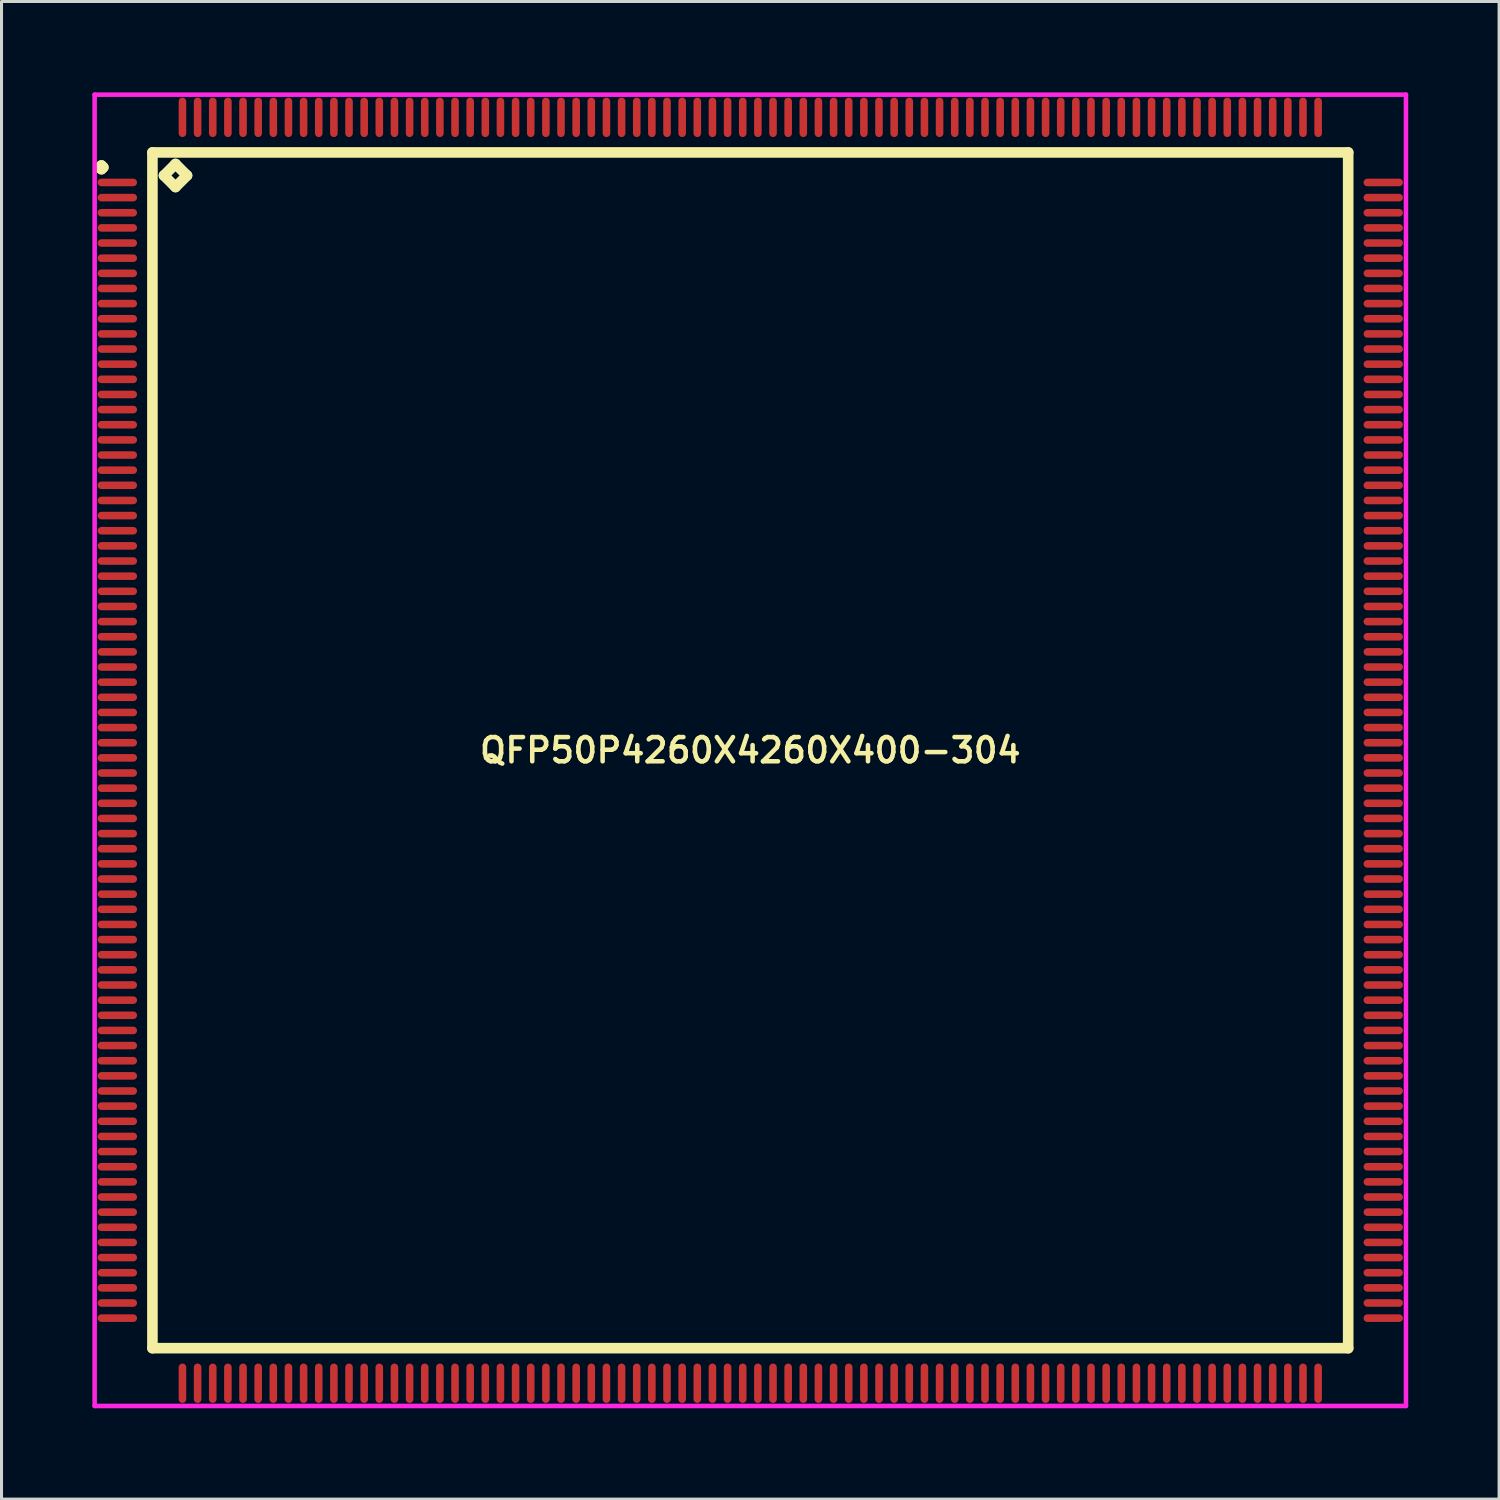
<source format=kicad_pcb>
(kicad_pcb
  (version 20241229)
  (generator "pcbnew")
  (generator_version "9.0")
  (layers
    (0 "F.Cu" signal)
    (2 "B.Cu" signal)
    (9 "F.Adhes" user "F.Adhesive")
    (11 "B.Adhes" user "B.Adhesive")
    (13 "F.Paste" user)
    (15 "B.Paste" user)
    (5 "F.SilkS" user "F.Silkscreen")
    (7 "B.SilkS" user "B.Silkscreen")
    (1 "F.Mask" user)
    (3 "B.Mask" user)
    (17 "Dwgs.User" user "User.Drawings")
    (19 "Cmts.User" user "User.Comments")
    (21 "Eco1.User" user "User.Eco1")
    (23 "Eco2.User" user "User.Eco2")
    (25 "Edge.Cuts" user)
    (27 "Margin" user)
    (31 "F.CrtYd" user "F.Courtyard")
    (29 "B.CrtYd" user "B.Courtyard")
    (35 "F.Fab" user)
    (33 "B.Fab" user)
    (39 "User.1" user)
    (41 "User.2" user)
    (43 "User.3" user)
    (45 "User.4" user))
  (footprint "QFP50P4260X4260X400-304"
    (layer "F.Cu")
    (at 21.725 21.725)
    (property "Reference" "QFP50P4260X4260X400-304" (at 0 0 0) (layer "F.SilkS") (effects (font (size 0.8 0.8) (thickness 0.15))))
    (attr smd)
    (fp_line (start -21.488 -19.25) (end -21.425 -19.312) (stroke (width 0.35) (type solid)) (layer "F.SilkS"))
    (fp_line (start -21.425 -19.312) (end -21.363 -19.25) (stroke (width 0.35) (type solid)) (layer "F.SilkS"))
    (fp_line (start -21.425 -19.188) (end -21.488 -19.25) (stroke (width 0.35) (type solid)) (layer "F.SilkS"))
    (fp_line (start -21.363 -19.25) (end -21.425 -19.188) (stroke (width 0.35) (type solid)) (layer "F.SilkS"))
    (fp_line (start -19.742 -19.742) (end -19.742 19.742) (stroke (width 0.35) (type solid)) (layer "F.SilkS"))
    (fp_line (start -19.742 19.742) (end 19.742 19.742) (stroke (width 0.35) (type solid)) (layer "F.SilkS"))
    (fp_line (start -19.361 -18.98) (end -18.98 -19.361) (stroke (width 0.35) (type solid)) (layer "F.SilkS"))
    (fp_line (start -18.98 -19.361) (end -18.599 -18.98) (stroke (width 0.35) (type solid)) (layer "F.SilkS"))
    (fp_line (start -18.98 -18.599) (end -19.361 -18.98) (stroke (width 0.35) (type solid)) (layer "F.SilkS"))
    (fp_line (start -18.599 -18.98) (end -18.98 -18.599) (stroke (width 0.35) (type solid)) (layer "F.SilkS"))
    (fp_line (start 19.742 -19.742) (end -19.742 -19.742) (stroke (width 0.35) (type solid)) (layer "F.SilkS"))
    (fp_line (start 19.742 19.742) (end 19.742 -19.742) (stroke (width 0.35) (type solid)) (layer "F.SilkS"))
    (fp_line (start -21.65 -21.65) (end 21.65 -21.65) (stroke (width 0.15) (type solid)) (layer "F.CrtYd"))
    (fp_line (start -21.65 21.65) (end -21.65 -21.65) (stroke (width 0.15) (type solid)) (layer "F.CrtYd"))
    (fp_line (start 21.65 -21.65) (end 21.65 21.65) (stroke (width 0.15) (type solid)) (layer "F.CrtYd"))
    (fp_line (start 21.65 21.65) (end -21.65 21.65) (stroke (width 0.15) (type solid)) (layer "F.CrtYd"))
    (pad "1" smd oval (at -20.9 -18.75) (size 1.3 0.25) (layers "F.Cu" "F.Mask" "F.Paste"))
    (pad "2" smd oval (at -20.9 -18.25) (size 1.3 0.25) (layers "F.Cu" "F.Mask" "F.Paste"))
    (pad "3" smd oval (at -20.9 -17.75) (size 1.3 0.25) (layers "F.Cu" "F.Mask" "F.Paste"))
    (pad "4" smd oval (at -20.9 -17.25) (size 1.3 0.25) (layers "F.Cu" "F.Mask" "F.Paste"))
    (pad "5" smd oval (at -20.9 -16.75) (size 1.3 0.25) (layers "F.Cu" "F.Mask" "F.Paste"))
    (pad "6" smd oval (at -20.9 -16.25) (size 1.3 0.25) (layers "F.Cu" "F.Mask" "F.Paste"))
    (pad "7" smd oval (at -20.9 -15.75) (size 1.3 0.25) (layers "F.Cu" "F.Mask" "F.Paste"))
    (pad "8" smd oval (at -20.9 -15.25) (size 1.3 0.25) (layers "F.Cu" "F.Mask" "F.Paste"))
    (pad "9" smd oval (at -20.9 -14.75) (size 1.3 0.25) (layers "F.Cu" "F.Mask" "F.Paste"))
    (pad "10" smd oval (at -20.9 -14.25) (size 1.3 0.25) (layers "F.Cu" "F.Mask" "F.Paste"))
    (pad "11" smd oval (at -20.9 -13.75) (size 1.3 0.25) (layers "F.Cu" "F.Mask" "F.Paste"))
    (pad "12" smd oval (at -20.9 -13.25) (size 1.3 0.25) (layers "F.Cu" "F.Mask" "F.Paste"))
    (pad "13" smd oval (at -20.9 -12.75) (size 1.3 0.25) (layers "F.Cu" "F.Mask" "F.Paste"))
    (pad "14" smd oval (at -20.9 -12.25) (size 1.3 0.25) (layers "F.Cu" "F.Mask" "F.Paste"))
    (pad "15" smd oval (at -20.9 -11.75) (size 1.3 0.25) (layers "F.Cu" "F.Mask" "F.Paste"))
    (pad "16" smd oval (at -20.9 -11.25) (size 1.3 0.25) (layers "F.Cu" "F.Mask" "F.Paste"))
    (pad "17" smd oval (at -20.9 -10.75) (size 1.3 0.25) (layers "F.Cu" "F.Mask" "F.Paste"))
    (pad "18" smd oval (at -20.9 -10.25) (size 1.3 0.25) (layers "F.Cu" "F.Mask" "F.Paste"))
    (pad "19" smd oval (at -20.9 -9.75) (size 1.3 0.25) (layers "F.Cu" "F.Mask" "F.Paste"))
    (pad "20" smd oval (at -20.9 -9.25) (size 1.3 0.25) (layers "F.Cu" "F.Mask" "F.Paste"))
    (pad "21" smd oval (at -20.9 -8.75) (size 1.3 0.25) (layers "F.Cu" "F.Mask" "F.Paste"))
    (pad "22" smd oval (at -20.9 -8.25) (size 1.3 0.25) (layers "F.Cu" "F.Mask" "F.Paste"))
    (pad "23" smd oval (at -20.9 -7.75) (size 1.3 0.25) (layers "F.Cu" "F.Mask" "F.Paste"))
    (pad "24" smd oval (at -20.9 -7.25) (size 1.3 0.25) (layers "F.Cu" "F.Mask" "F.Paste"))
    (pad "25" smd oval (at -20.9 -6.75) (size 1.3 0.25) (layers "F.Cu" "F.Mask" "F.Paste"))
    (pad "26" smd oval (at -20.9 -6.25) (size 1.3 0.25) (layers "F.Cu" "F.Mask" "F.Paste"))
    (pad "27" smd oval (at -20.9 -5.75) (size 1.3 0.25) (layers "F.Cu" "F.Mask" "F.Paste"))
    (pad "28" smd oval (at -20.9 -5.25) (size 1.3 0.25) (layers "F.Cu" "F.Mask" "F.Paste"))
    (pad "29" smd oval (at -20.9 -4.75) (size 1.3 0.25) (layers "F.Cu" "F.Mask" "F.Paste"))
    (pad "30" smd oval (at -20.9 -4.25) (size 1.3 0.25) (layers "F.Cu" "F.Mask" "F.Paste"))
    (pad "31" smd oval (at -20.9 -3.75) (size 1.3 0.25) (layers "F.Cu" "F.Mask" "F.Paste"))
    (pad "32" smd oval (at -20.9 -3.25) (size 1.3 0.25) (layers "F.Cu" "F.Mask" "F.Paste"))
    (pad "33" smd oval (at -20.9 -2.75) (size 1.3 0.25) (layers "F.Cu" "F.Mask" "F.Paste"))
    (pad "34" smd oval (at -20.9 -2.25) (size 1.3 0.25) (layers "F.Cu" "F.Mask" "F.Paste"))
    (pad "35" smd oval (at -20.9 -1.75) (size 1.3 0.25) (layers "F.Cu" "F.Mask" "F.Paste"))
    (pad "36" smd oval (at -20.9 -1.25) (size 1.3 0.25) (layers "F.Cu" "F.Mask" "F.Paste"))
    (pad "37" smd oval (at -20.9 -0.75) (size 1.3 0.25) (layers "F.Cu" "F.Mask" "F.Paste"))
    (pad "38" smd oval (at -20.9 -0.25) (size 1.3 0.25) (layers "F.Cu" "F.Mask" "F.Paste"))
    (pad "39" smd oval (at -20.9 0.25) (size 1.3 0.25) (layers "F.Cu" "F.Mask" "F.Paste"))
    (pad "40" smd oval (at -20.9 0.75) (size 1.3 0.25) (layers "F.Cu" "F.Mask" "F.Paste"))
    (pad "41" smd oval (at -20.9 1.25) (size 1.3 0.25) (layers "F.Cu" "F.Mask" "F.Paste"))
    (pad "42" smd oval (at -20.9 1.75) (size 1.3 0.25) (layers "F.Cu" "F.Mask" "F.Paste"))
    (pad "43" smd oval (at -20.9 2.25) (size 1.3 0.25) (layers "F.Cu" "F.Mask" "F.Paste"))
    (pad "44" smd oval (at -20.9 2.75) (size 1.3 0.25) (layers "F.Cu" "F.Mask" "F.Paste"))
    (pad "45" smd oval (at -20.9 3.25) (size 1.3 0.25) (layers "F.Cu" "F.Mask" "F.Paste"))
    (pad "46" smd oval (at -20.9 3.75) (size 1.3 0.25) (layers "F.Cu" "F.Mask" "F.Paste"))
    (pad "47" smd oval (at -20.9 4.25) (size 1.3 0.25) (layers "F.Cu" "F.Mask" "F.Paste"))
    (pad "48" smd oval (at -20.9 4.75) (size 1.3 0.25) (layers "F.Cu" "F.Mask" "F.Paste"))
    (pad "49" smd oval (at -20.9 5.25) (size 1.3 0.25) (layers "F.Cu" "F.Mask" "F.Paste"))
    (pad "50" smd oval (at -20.9 5.75) (size 1.3 0.25) (layers "F.Cu" "F.Mask" "F.Paste"))
    (pad "51" smd oval (at -20.9 6.25) (size 1.3 0.25) (layers "F.Cu" "F.Mask" "F.Paste"))
    (pad "52" smd oval (at -20.9 6.75) (size 1.3 0.25) (layers "F.Cu" "F.Mask" "F.Paste"))
    (pad "53" smd oval (at -20.9 7.25) (size 1.3 0.25) (layers "F.Cu" "F.Mask" "F.Paste"))
    (pad "54" smd oval (at -20.9 7.75) (size 1.3 0.25) (layers "F.Cu" "F.Mask" "F.Paste"))
    (pad "55" smd oval (at -20.9 8.25) (size 1.3 0.25) (layers "F.Cu" "F.Mask" "F.Paste"))
    (pad "56" smd oval (at -20.9 8.75) (size 1.3 0.25) (layers "F.Cu" "F.Mask" "F.Paste"))
    (pad "57" smd oval (at -20.9 9.25) (size 1.3 0.25) (layers "F.Cu" "F.Mask" "F.Paste"))
    (pad "58" smd oval (at -20.9 9.75) (size 1.3 0.25) (layers "F.Cu" "F.Mask" "F.Paste"))
    (pad "59" smd oval (at -20.9 10.25) (size 1.3 0.25) (layers "F.Cu" "F.Mask" "F.Paste"))
    (pad "60" smd oval (at -20.9 10.75) (size 1.3 0.25) (layers "F.Cu" "F.Mask" "F.Paste"))
    (pad "61" smd oval (at -20.9 11.25) (size 1.3 0.25) (layers "F.Cu" "F.Mask" "F.Paste"))
    (pad "62" smd oval (at -20.9 11.75) (size 1.3 0.25) (layers "F.Cu" "F.Mask" "F.Paste"))
    (pad "63" smd oval (at -20.9 12.25) (size 1.3 0.25) (layers "F.Cu" "F.Mask" "F.Paste"))
    (pad "64" smd oval (at -20.9 12.75) (size 1.3 0.25) (layers "F.Cu" "F.Mask" "F.Paste"))
    (pad "65" smd oval (at -20.9 13.25) (size 1.3 0.25) (layers "F.Cu" "F.Mask" "F.Paste"))
    (pad "66" smd oval (at -20.9 13.75) (size 1.3 0.25) (layers "F.Cu" "F.Mask" "F.Paste"))
    (pad "67" smd oval (at -20.9 14.25) (size 1.3 0.25) (layers "F.Cu" "F.Mask" "F.Paste"))
    (pad "68" smd oval (at -20.9 14.75) (size 1.3 0.25) (layers "F.Cu" "F.Mask" "F.Paste"))
    (pad "69" smd oval (at -20.9 15.25) (size 1.3 0.25) (layers "F.Cu" "F.Mask" "F.Paste"))
    (pad "70" smd oval (at -20.9 15.75) (size 1.3 0.25) (layers "F.Cu" "F.Mask" "F.Paste"))
    (pad "71" smd oval (at -20.9 16.25) (size 1.3 0.25) (layers "F.Cu" "F.Mask" "F.Paste"))
    (pad "72" smd oval (at -20.9 16.75) (size 1.3 0.25) (layers "F.Cu" "F.Mask" "F.Paste"))
    (pad "73" smd oval (at -20.9 17.25) (size 1.3 0.25) (layers "F.Cu" "F.Mask" "F.Paste"))
    (pad "74" smd oval (at -20.9 17.75) (size 1.3 0.25) (layers "F.Cu" "F.Mask" "F.Paste"))
    (pad "75" smd oval (at -20.9 18.25) (size 1.3 0.25) (layers "F.Cu" "F.Mask" "F.Paste"))
    (pad "76" smd oval (at -20.9 18.75) (size 1.3 0.25) (layers "F.Cu" "F.Mask" "F.Paste"))
    (pad "77" smd oval (at -18.75 20.9) (size 0.25 1.3) (layers "F.Cu" "F.Mask" "F.Paste"))
    (pad "78" smd oval (at -18.25 20.9) (size 0.25 1.3) (layers "F.Cu" "F.Mask" "F.Paste"))
    (pad "79" smd oval (at -17.75 20.9) (size 0.25 1.3) (layers "F.Cu" "F.Mask" "F.Paste"))
    (pad "80" smd oval (at -17.25 20.9) (size 0.25 1.3) (layers "F.Cu" "F.Mask" "F.Paste"))
    (pad "81" smd oval (at -16.75 20.9) (size 0.25 1.3) (layers "F.Cu" "F.Mask" "F.Paste"))
    (pad "82" smd oval (at -16.25 20.9) (size 0.25 1.3) (layers "F.Cu" "F.Mask" "F.Paste"))
    (pad "83" smd oval (at -15.75 20.9) (size 0.25 1.3) (layers "F.Cu" "F.Mask" "F.Paste"))
    (pad "84" smd oval (at -15.25 20.9) (size 0.25 1.3) (layers "F.Cu" "F.Mask" "F.Paste"))
    (pad "85" smd oval (at -14.75 20.9) (size 0.25 1.3) (layers "F.Cu" "F.Mask" "F.Paste"))
    (pad "86" smd oval (at -14.25 20.9) (size 0.25 1.3) (layers "F.Cu" "F.Mask" "F.Paste"))
    (pad "87" smd oval (at -13.75 20.9) (size 0.25 1.3) (layers "F.Cu" "F.Mask" "F.Paste"))
    (pad "88" smd oval (at -13.25 20.9) (size 0.25 1.3) (layers "F.Cu" "F.Mask" "F.Paste"))
    (pad "89" smd oval (at -12.75 20.9) (size 0.25 1.3) (layers "F.Cu" "F.Mask" "F.Paste"))
    (pad "90" smd oval (at -12.25 20.9) (size 0.25 1.3) (layers "F.Cu" "F.Mask" "F.Paste"))
    (pad "91" smd oval (at -11.75 20.9) (size 0.25 1.3) (layers "F.Cu" "F.Mask" "F.Paste"))
    (pad "92" smd oval (at -11.25 20.9) (size 0.25 1.3) (layers "F.Cu" "F.Mask" "F.Paste"))
    (pad "93" smd oval (at -10.75 20.9) (size 0.25 1.3) (layers "F.Cu" "F.Mask" "F.Paste"))
    (pad "94" smd oval (at -10.25 20.9) (size 0.25 1.3) (layers "F.Cu" "F.Mask" "F.Paste"))
    (pad "95" smd oval (at -9.75 20.9) (size 0.25 1.3) (layers "F.Cu" "F.Mask" "F.Paste"))
    (pad "96" smd oval (at -9.25 20.9) (size 0.25 1.3) (layers "F.Cu" "F.Mask" "F.Paste"))
    (pad "97" smd oval (at -8.75 20.9) (size 0.25 1.3) (layers "F.Cu" "F.Mask" "F.Paste"))
    (pad "98" smd oval (at -8.25 20.9) (size 0.25 1.3) (layers "F.Cu" "F.Mask" "F.Paste"))
    (pad "99" smd oval (at -7.75 20.9) (size 0.25 1.3) (layers "F.Cu" "F.Mask" "F.Paste"))
    (pad "100" smd oval (at -7.25 20.9) (size 0.25 1.3) (layers "F.Cu" "F.Mask" "F.Paste"))
    (pad "101" smd oval (at -6.75 20.9) (size 0.25 1.3) (layers "F.Cu" "F.Mask" "F.Paste"))
    (pad "102" smd oval (at -6.25 20.9) (size 0.25 1.3) (layers "F.Cu" "F.Mask" "F.Paste"))
    (pad "103" smd oval (at -5.75 20.9) (size 0.25 1.3) (layers "F.Cu" "F.Mask" "F.Paste"))
    (pad "104" smd oval (at -5.25 20.9) (size 0.25 1.3) (layers "F.Cu" "F.Mask" "F.Paste"))
    (pad "105" smd oval (at -4.75 20.9) (size 0.25 1.3) (layers "F.Cu" "F.Mask" "F.Paste"))
    (pad "106" smd oval (at -4.25 20.9) (size 0.25 1.3) (layers "F.Cu" "F.Mask" "F.Paste"))
    (pad "107" smd oval (at -3.75 20.9) (size 0.25 1.3) (layers "F.Cu" "F.Mask" "F.Paste"))
    (pad "108" smd oval (at -3.25 20.9) (size 0.25 1.3) (layers "F.Cu" "F.Mask" "F.Paste"))
    (pad "109" smd oval (at -2.75 20.9) (size 0.25 1.3) (layers "F.Cu" "F.Mask" "F.Paste"))
    (pad "110" smd oval (at -2.25 20.9) (size 0.25 1.3) (layers "F.Cu" "F.Mask" "F.Paste"))
    (pad "111" smd oval (at -1.75 20.9) (size 0.25 1.3) (layers "F.Cu" "F.Mask" "F.Paste"))
    (pad "112" smd oval (at -1.25 20.9) (size 0.25 1.3) (layers "F.Cu" "F.Mask" "F.Paste"))
    (pad "113" smd oval (at -0.75 20.9) (size 0.25 1.3) (layers "F.Cu" "F.Mask" "F.Paste"))
    (pad "114" smd oval (at -0.25 20.9) (size 0.25 1.3) (layers "F.Cu" "F.Mask" "F.Paste"))
    (pad "115" smd oval (at 0.25 20.9) (size 0.25 1.3) (layers "F.Cu" "F.Mask" "F.Paste"))
    (pad "116" smd oval (at 0.75 20.9) (size 0.25 1.3) (layers "F.Cu" "F.Mask" "F.Paste"))
    (pad "117" smd oval (at 1.25 20.9) (size 0.25 1.3) (layers "F.Cu" "F.Mask" "F.Paste"))
    (pad "118" smd oval (at 1.75 20.9) (size 0.25 1.3) (layers "F.Cu" "F.Mask" "F.Paste"))
    (pad "119" smd oval (at 2.25 20.9) (size 0.25 1.3) (layers "F.Cu" "F.Mask" "F.Paste"))
    (pad "120" smd oval (at 2.75 20.9) (size 0.25 1.3) (layers "F.Cu" "F.Mask" "F.Paste"))
    (pad "121" smd oval (at 3.25 20.9) (size 0.25 1.3) (layers "F.Cu" "F.Mask" "F.Paste"))
    (pad "122" smd oval (at 3.75 20.9) (size 0.25 1.3) (layers "F.Cu" "F.Mask" "F.Paste"))
    (pad "123" smd oval (at 4.25 20.9) (size 0.25 1.3) (layers "F.Cu" "F.Mask" "F.Paste"))
    (pad "124" smd oval (at 4.75 20.9) (size 0.25 1.3) (layers "F.Cu" "F.Mask" "F.Paste"))
    (pad "125" smd oval (at 5.25 20.9) (size 0.25 1.3) (layers "F.Cu" "F.Mask" "F.Paste"))
    (pad "126" smd oval (at 5.75 20.9) (size 0.25 1.3) (layers "F.Cu" "F.Mask" "F.Paste"))
    (pad "127" smd oval (at 6.25 20.9) (size 0.25 1.3) (layers "F.Cu" "F.Mask" "F.Paste"))
    (pad "128" smd oval (at 6.75 20.9) (size 0.25 1.3) (layers "F.Cu" "F.Mask" "F.Paste"))
    (pad "129" smd oval (at 7.25 20.9) (size 0.25 1.3) (layers "F.Cu" "F.Mask" "F.Paste"))
    (pad "130" smd oval (at 7.75 20.9) (size 0.25 1.3) (layers "F.Cu" "F.Mask" "F.Paste"))
    (pad "131" smd oval (at 8.25 20.9) (size 0.25 1.3) (layers "F.Cu" "F.Mask" "F.Paste"))
    (pad "132" smd oval (at 8.75 20.9) (size 0.25 1.3) (layers "F.Cu" "F.Mask" "F.Paste"))
    (pad "133" smd oval (at 9.25 20.9) (size 0.25 1.3) (layers "F.Cu" "F.Mask" "F.Paste"))
    (pad "134" smd oval (at 9.75 20.9) (size 0.25 1.3) (layers "F.Cu" "F.Mask" "F.Paste"))
    (pad "135" smd oval (at 10.25 20.9) (size 0.25 1.3) (layers "F.Cu" "F.Mask" "F.Paste"))
    (pad "136" smd oval (at 10.75 20.9) (size 0.25 1.3) (layers "F.Cu" "F.Mask" "F.Paste"))
    (pad "137" smd oval (at 11.25 20.9) (size 0.25 1.3) (layers "F.Cu" "F.Mask" "F.Paste"))
    (pad "138" smd oval (at 11.75 20.9) (size 0.25 1.3) (layers "F.Cu" "F.Mask" "F.Paste"))
    (pad "139" smd oval (at 12.25 20.9) (size 0.25 1.3) (layers "F.Cu" "F.Mask" "F.Paste"))
    (pad "140" smd oval (at 12.75 20.9) (size 0.25 1.3) (layers "F.Cu" "F.Mask" "F.Paste"))
    (pad "141" smd oval (at 13.25 20.9) (size 0.25 1.3) (layers "F.Cu" "F.Mask" "F.Paste"))
    (pad "142" smd oval (at 13.75 20.9) (size 0.25 1.3) (layers "F.Cu" "F.Mask" "F.Paste"))
    (pad "143" smd oval (at 14.25 20.9) (size 0.25 1.3) (layers "F.Cu" "F.Mask" "F.Paste"))
    (pad "144" smd oval (at 14.75 20.9) (size 0.25 1.3) (layers "F.Cu" "F.Mask" "F.Paste"))
    (pad "145" smd oval (at 15.25 20.9) (size 0.25 1.3) (layers "F.Cu" "F.Mask" "F.Paste"))
    (pad "146" smd oval (at 15.75 20.9) (size 0.25 1.3) (layers "F.Cu" "F.Mask" "F.Paste"))
    (pad "147" smd oval (at 16.25 20.9) (size 0.25 1.3) (layers "F.Cu" "F.Mask" "F.Paste"))
    (pad "148" smd oval (at 16.75 20.9) (size 0.25 1.3) (layers "F.Cu" "F.Mask" "F.Paste"))
    (pad "149" smd oval (at 17.25 20.9) (size 0.25 1.3) (layers "F.Cu" "F.Mask" "F.Paste"))
    (pad "150" smd oval (at 17.75 20.9) (size 0.25 1.3) (layers "F.Cu" "F.Mask" "F.Paste"))
    (pad "151" smd oval (at 18.25 20.9) (size 0.25 1.3) (layers "F.Cu" "F.Mask" "F.Paste"))
    (pad "152" smd oval (at 18.75 20.9) (size 0.25 1.3) (layers "F.Cu" "F.Mask" "F.Paste"))
    (pad "153" smd oval (at 20.9 18.75) (size 1.3 0.25) (layers "F.Cu" "F.Mask" "F.Paste"))
    (pad "154" smd oval (at 20.9 18.25) (size 1.3 0.25) (layers "F.Cu" "F.Mask" "F.Paste"))
    (pad "155" smd oval (at 20.9 17.75) (size 1.3 0.25) (layers "F.Cu" "F.Mask" "F.Paste"))
    (pad "156" smd oval (at 20.9 17.25) (size 1.3 0.25) (layers "F.Cu" "F.Mask" "F.Paste"))
    (pad "157" smd oval (at 20.9 16.75) (size 1.3 0.25) (layers "F.Cu" "F.Mask" "F.Paste"))
    (pad "158" smd oval (at 20.9 16.25) (size 1.3 0.25) (layers "F.Cu" "F.Mask" "F.Paste"))
    (pad "159" smd oval (at 20.9 15.75) (size 1.3 0.25) (layers "F.Cu" "F.Mask" "F.Paste"))
    (pad "160" smd oval (at 20.9 15.25) (size 1.3 0.25) (layers "F.Cu" "F.Mask" "F.Paste"))
    (pad "161" smd oval (at 20.9 14.75) (size 1.3 0.25) (layers "F.Cu" "F.Mask" "F.Paste"))
    (pad "162" smd oval (at 20.9 14.25) (size 1.3 0.25) (layers "F.Cu" "F.Mask" "F.Paste"))
    (pad "163" smd oval (at 20.9 13.75) (size 1.3 0.25) (layers "F.Cu" "F.Mask" "F.Paste"))
    (pad "164" smd oval (at 20.9 13.25) (size 1.3 0.25) (layers "F.Cu" "F.Mask" "F.Paste"))
    (pad "165" smd oval (at 20.9 12.75) (size 1.3 0.25) (layers "F.Cu" "F.Mask" "F.Paste"))
    (pad "166" smd oval (at 20.9 12.25) (size 1.3 0.25) (layers "F.Cu" "F.Mask" "F.Paste"))
    (pad "167" smd oval (at 20.9 11.75) (size 1.3 0.25) (layers "F.Cu" "F.Mask" "F.Paste"))
    (pad "168" smd oval (at 20.9 11.25) (size 1.3 0.25) (layers "F.Cu" "F.Mask" "F.Paste"))
    (pad "169" smd oval (at 20.9 10.75) (size 1.3 0.25) (layers "F.Cu" "F.Mask" "F.Paste"))
    (pad "170" smd oval (at 20.9 10.25) (size 1.3 0.25) (layers "F.Cu" "F.Mask" "F.Paste"))
    (pad "171" smd oval (at 20.9 9.75) (size 1.3 0.25) (layers "F.Cu" "F.Mask" "F.Paste"))
    (pad "172" smd oval (at 20.9 9.25) (size 1.3 0.25) (layers "F.Cu" "F.Mask" "F.Paste"))
    (pad "173" smd oval (at 20.9 8.75) (size 1.3 0.25) (layers "F.Cu" "F.Mask" "F.Paste"))
    (pad "174" smd oval (at 20.9 8.25) (size 1.3 0.25) (layers "F.Cu" "F.Mask" "F.Paste"))
    (pad "175" smd oval (at 20.9 7.75) (size 1.3 0.25) (layers "F.Cu" "F.Mask" "F.Paste"))
    (pad "176" smd oval (at 20.9 7.25) (size 1.3 0.25) (layers "F.Cu" "F.Mask" "F.Paste"))
    (pad "177" smd oval (at 20.9 6.75) (size 1.3 0.25) (layers "F.Cu" "F.Mask" "F.Paste"))
    (pad "178" smd oval (at 20.9 6.25) (size 1.3 0.25) (layers "F.Cu" "F.Mask" "F.Paste"))
    (pad "179" smd oval (at 20.9 5.75) (size 1.3 0.25) (layers "F.Cu" "F.Mask" "F.Paste"))
    (pad "180" smd oval (at 20.9 5.25) (size 1.3 0.25) (layers "F.Cu" "F.Mask" "F.Paste"))
    (pad "181" smd oval (at 20.9 4.75) (size 1.3 0.25) (layers "F.Cu" "F.Mask" "F.Paste"))
    (pad "182" smd oval (at 20.9 4.25) (size 1.3 0.25) (layers "F.Cu" "F.Mask" "F.Paste"))
    (pad "183" smd oval (at 20.9 3.75) (size 1.3 0.25) (layers "F.Cu" "F.Mask" "F.Paste"))
    (pad "184" smd oval (at 20.9 3.25) (size 1.3 0.25) (layers "F.Cu" "F.Mask" "F.Paste"))
    (pad "185" smd oval (at 20.9 2.75) (size 1.3 0.25) (layers "F.Cu" "F.Mask" "F.Paste"))
    (pad "186" smd oval (at 20.9 2.25) (size 1.3 0.25) (layers "F.Cu" "F.Mask" "F.Paste"))
    (pad "187" smd oval (at 20.9 1.75) (size 1.3 0.25) (layers "F.Cu" "F.Mask" "F.Paste"))
    (pad "188" smd oval (at 20.9 1.25) (size 1.3 0.25) (layers "F.Cu" "F.Mask" "F.Paste"))
    (pad "189" smd oval (at 20.9 0.75) (size 1.3 0.25) (layers "F.Cu" "F.Mask" "F.Paste"))
    (pad "190" smd oval (at 20.9 0.25) (size 1.3 0.25) (layers "F.Cu" "F.Mask" "F.Paste"))
    (pad "191" smd oval (at 20.9 -0.25) (size 1.3 0.25) (layers "F.Cu" "F.Mask" "F.Paste"))
    (pad "192" smd oval (at 20.9 -0.75) (size 1.3 0.25) (layers "F.Cu" "F.Mask" "F.Paste"))
    (pad "193" smd oval (at 20.9 -1.25) (size 1.3 0.25) (layers "F.Cu" "F.Mask" "F.Paste"))
    (pad "194" smd oval (at 20.9 -1.75) (size 1.3 0.25) (layers "F.Cu" "F.Mask" "F.Paste"))
    (pad "195" smd oval (at 20.9 -2.25) (size 1.3 0.25) (layers "F.Cu" "F.Mask" "F.Paste"))
    (pad "196" smd oval (at 20.9 -2.75) (size 1.3 0.25) (layers "F.Cu" "F.Mask" "F.Paste"))
    (pad "197" smd oval (at 20.9 -3.25) (size 1.3 0.25) (layers "F.Cu" "F.Mask" "F.Paste"))
    (pad "198" smd oval (at 20.9 -3.75) (size 1.3 0.25) (layers "F.Cu" "F.Mask" "F.Paste"))
    (pad "199" smd oval (at 20.9 -4.25) (size 1.3 0.25) (layers "F.Cu" "F.Mask" "F.Paste"))
    (pad "200" smd oval (at 20.9 -4.75) (size 1.3 0.25) (layers "F.Cu" "F.Mask" "F.Paste"))
    (pad "201" smd oval (at 20.9 -5.25) (size 1.3 0.25) (layers "F.Cu" "F.Mask" "F.Paste"))
    (pad "202" smd oval (at 20.9 -5.75) (size 1.3 0.25) (layers "F.Cu" "F.Mask" "F.Paste"))
    (pad "203" smd oval (at 20.9 -6.25) (size 1.3 0.25) (layers "F.Cu" "F.Mask" "F.Paste"))
    (pad "204" smd oval (at 20.9 -6.75) (size 1.3 0.25) (layers "F.Cu" "F.Mask" "F.Paste"))
    (pad "205" smd oval (at 20.9 -7.25) (size 1.3 0.25) (layers "F.Cu" "F.Mask" "F.Paste"))
    (pad "206" smd oval (at 20.9 -7.75) (size 1.3 0.25) (layers "F.Cu" "F.Mask" "F.Paste"))
    (pad "207" smd oval (at 20.9 -8.25) (size 1.3 0.25) (layers "F.Cu" "F.Mask" "F.Paste"))
    (pad "208" smd oval (at 20.9 -8.75) (size 1.3 0.25) (layers "F.Cu" "F.Mask" "F.Paste"))
    (pad "209" smd oval (at 20.9 -9.25) (size 1.3 0.25) (layers "F.Cu" "F.Mask" "F.Paste"))
    (pad "210" smd oval (at 20.9 -9.75) (size 1.3 0.25) (layers "F.Cu" "F.Mask" "F.Paste"))
    (pad "211" smd oval (at 20.9 -10.25) (size 1.3 0.25) (layers "F.Cu" "F.Mask" "F.Paste"))
    (pad "212" smd oval (at 20.9 -10.75) (size 1.3 0.25) (layers "F.Cu" "F.Mask" "F.Paste"))
    (pad "213" smd oval (at 20.9 -11.25) (size 1.3 0.25) (layers "F.Cu" "F.Mask" "F.Paste"))
    (pad "214" smd oval (at 20.9 -11.75) (size 1.3 0.25) (layers "F.Cu" "F.Mask" "F.Paste"))
    (pad "215" smd oval (at 20.9 -12.25) (size 1.3 0.25) (layers "F.Cu" "F.Mask" "F.Paste"))
    (pad "216" smd oval (at 20.9 -12.75) (size 1.3 0.25) (layers "F.Cu" "F.Mask" "F.Paste"))
    (pad "217" smd oval (at 20.9 -13.25) (size 1.3 0.25) (layers "F.Cu" "F.Mask" "F.Paste"))
    (pad "218" smd oval (at 20.9 -13.75) (size 1.3 0.25) (layers "F.Cu" "F.Mask" "F.Paste"))
    (pad "219" smd oval (at 20.9 -14.25) (size 1.3 0.25) (layers "F.Cu" "F.Mask" "F.Paste"))
    (pad "220" smd oval (at 20.9 -14.75) (size 1.3 0.25) (layers "F.Cu" "F.Mask" "F.Paste"))
    (pad "221" smd oval (at 20.9 -15.25) (size 1.3 0.25) (layers "F.Cu" "F.Mask" "F.Paste"))
    (pad "222" smd oval (at 20.9 -15.75) (size 1.3 0.25) (layers "F.Cu" "F.Mask" "F.Paste"))
    (pad "223" smd oval (at 20.9 -16.25) (size 1.3 0.25) (layers "F.Cu" "F.Mask" "F.Paste"))
    (pad "224" smd oval (at 20.9 -16.75) (size 1.3 0.25) (layers "F.Cu" "F.Mask" "F.Paste"))
    (pad "225" smd oval (at 20.9 -17.25) (size 1.3 0.25) (layers "F.Cu" "F.Mask" "F.Paste"))
    (pad "226" smd oval (at 20.9 -17.75) (size 1.3 0.25) (layers "F.Cu" "F.Mask" "F.Paste"))
    (pad "227" smd oval (at 20.9 -18.25) (size 1.3 0.25) (layers "F.Cu" "F.Mask" "F.Paste"))
    (pad "228" smd oval (at 20.9 -18.75) (size 1.3 0.25) (layers "F.Cu" "F.Mask" "F.Paste"))
    (pad "229" smd oval (at 18.75 -20.9) (size 0.25 1.3) (layers "F.Cu" "F.Mask" "F.Paste"))
    (pad "230" smd oval (at 18.25 -20.9) (size 0.25 1.3) (layers "F.Cu" "F.Mask" "F.Paste"))
    (pad "231" smd oval (at 17.75 -20.9) (size 0.25 1.3) (layers "F.Cu" "F.Mask" "F.Paste"))
    (pad "232" smd oval (at 17.25 -20.9) (size 0.25 1.3) (layers "F.Cu" "F.Mask" "F.Paste"))
    (pad "233" smd oval (at 16.75 -20.9) (size 0.25 1.3) (layers "F.Cu" "F.Mask" "F.Paste"))
    (pad "234" smd oval (at 16.25 -20.9) (size 0.25 1.3) (layers "F.Cu" "F.Mask" "F.Paste"))
    (pad "235" smd oval (at 15.75 -20.9) (size 0.25 1.3) (layers "F.Cu" "F.Mask" "F.Paste"))
    (pad "236" smd oval (at 15.25 -20.9) (size 0.25 1.3) (layers "F.Cu" "F.Mask" "F.Paste"))
    (pad "237" smd oval (at 14.75 -20.9) (size 0.25 1.3) (layers "F.Cu" "F.Mask" "F.Paste"))
    (pad "238" smd oval (at 14.25 -20.9) (size 0.25 1.3) (layers "F.Cu" "F.Mask" "F.Paste"))
    (pad "239" smd oval (at 13.75 -20.9) (size 0.25 1.3) (layers "F.Cu" "F.Mask" "F.Paste"))
    (pad "240" smd oval (at 13.25 -20.9) (size 0.25 1.3) (layers "F.Cu" "F.Mask" "F.Paste"))
    (pad "241" smd oval (at 12.75 -20.9) (size 0.25 1.3) (layers "F.Cu" "F.Mask" "F.Paste"))
    (pad "242" smd oval (at 12.25 -20.9) (size 0.25 1.3) (layers "F.Cu" "F.Mask" "F.Paste"))
    (pad "243" smd oval (at 11.75 -20.9) (size 0.25 1.3) (layers "F.Cu" "F.Mask" "F.Paste"))
    (pad "244" smd oval (at 11.25 -20.9) (size 0.25 1.3) (layers "F.Cu" "F.Mask" "F.Paste"))
    (pad "245" smd oval (at 10.75 -20.9) (size 0.25 1.3) (layers "F.Cu" "F.Mask" "F.Paste"))
    (pad "246" smd oval (at 10.25 -20.9) (size 0.25 1.3) (layers "F.Cu" "F.Mask" "F.Paste"))
    (pad "247" smd oval (at 9.75 -20.9) (size 0.25 1.3) (layers "F.Cu" "F.Mask" "F.Paste"))
    (pad "248" smd oval (at 9.25 -20.9) (size 0.25 1.3) (layers "F.Cu" "F.Mask" "F.Paste"))
    (pad "249" smd oval (at 8.75 -20.9) (size 0.25 1.3) (layers "F.Cu" "F.Mask" "F.Paste"))
    (pad "250" smd oval (at 8.25 -20.9) (size 0.25 1.3) (layers "F.Cu" "F.Mask" "F.Paste"))
    (pad "251" smd oval (at 7.75 -20.9) (size 0.25 1.3) (layers "F.Cu" "F.Mask" "F.Paste"))
    (pad "252" smd oval (at 7.25 -20.9) (size 0.25 1.3) (layers "F.Cu" "F.Mask" "F.Paste"))
    (pad "253" smd oval (at 6.75 -20.9) (size 0.25 1.3) (layers "F.Cu" "F.Mask" "F.Paste"))
    (pad "254" smd oval (at 6.25 -20.9) (size 0.25 1.3) (layers "F.Cu" "F.Mask" "F.Paste"))
    (pad "255" smd oval (at 5.75 -20.9) (size 0.25 1.3) (layers "F.Cu" "F.Mask" "F.Paste"))
    (pad "256" smd oval (at 5.25 -20.9) (size 0.25 1.3) (layers "F.Cu" "F.Mask" "F.Paste"))
    (pad "257" smd oval (at 4.75 -20.9) (size 0.25 1.3) (layers "F.Cu" "F.Mask" "F.Paste"))
    (pad "258" smd oval (at 4.25 -20.9) (size 0.25 1.3) (layers "F.Cu" "F.Mask" "F.Paste"))
    (pad "259" smd oval (at 3.75 -20.9) (size 0.25 1.3) (layers "F.Cu" "F.Mask" "F.Paste"))
    (pad "260" smd oval (at 3.25 -20.9) (size 0.25 1.3) (layers "F.Cu" "F.Mask" "F.Paste"))
    (pad "261" smd oval (at 2.75 -20.9) (size 0.25 1.3) (layers "F.Cu" "F.Mask" "F.Paste"))
    (pad "262" smd oval (at 2.25 -20.9) (size 0.25 1.3) (layers "F.Cu" "F.Mask" "F.Paste"))
    (pad "263" smd oval (at 1.75 -20.9) (size 0.25 1.3) (layers "F.Cu" "F.Mask" "F.Paste"))
    (pad "264" smd oval (at 1.25 -20.9) (size 0.25 1.3) (layers "F.Cu" "F.Mask" "F.Paste"))
    (pad "265" smd oval (at 0.75 -20.9) (size 0.25 1.3) (layers "F.Cu" "F.Mask" "F.Paste"))
    (pad "266" smd oval (at 0.25 -20.9) (size 0.25 1.3) (layers "F.Cu" "F.Mask" "F.Paste"))
    (pad "267" smd oval (at -0.25 -20.9) (size 0.25 1.3) (layers "F.Cu" "F.Mask" "F.Paste"))
    (pad "268" smd oval (at -0.75 -20.9) (size 0.25 1.3) (layers "F.Cu" "F.Mask" "F.Paste"))
    (pad "269" smd oval (at -1.25 -20.9) (size 0.25 1.3) (layers "F.Cu" "F.Mask" "F.Paste"))
    (pad "270" smd oval (at -1.75 -20.9) (size 0.25 1.3) (layers "F.Cu" "F.Mask" "F.Paste"))
    (pad "271" smd oval (at -2.25 -20.9) (size 0.25 1.3) (layers "F.Cu" "F.Mask" "F.Paste"))
    (pad "272" smd oval (at -2.75 -20.9) (size 0.25 1.3) (layers "F.Cu" "F.Mask" "F.Paste"))
    (pad "273" smd oval (at -3.25 -20.9) (size 0.25 1.3) (layers "F.Cu" "F.Mask" "F.Paste"))
    (pad "274" smd oval (at -3.75 -20.9) (size 0.25 1.3) (layers "F.Cu" "F.Mask" "F.Paste"))
    (pad "275" smd oval (at -4.25 -20.9) (size 0.25 1.3) (layers "F.Cu" "F.Mask" "F.Paste"))
    (pad "276" smd oval (at -4.75 -20.9) (size 0.25 1.3) (layers "F.Cu" "F.Mask" "F.Paste"))
    (pad "277" smd oval (at -5.25 -20.9) (size 0.25 1.3) (layers "F.Cu" "F.Mask" "F.Paste"))
    (pad "278" smd oval (at -5.75 -20.9) (size 0.25 1.3) (layers "F.Cu" "F.Mask" "F.Paste"))
    (pad "279" smd oval (at -6.25 -20.9) (size 0.25 1.3) (layers "F.Cu" "F.Mask" "F.Paste"))
    (pad "280" smd oval (at -6.75 -20.9) (size 0.25 1.3) (layers "F.Cu" "F.Mask" "F.Paste"))
    (pad "281" smd oval (at -7.25 -20.9) (size 0.25 1.3) (layers "F.Cu" "F.Mask" "F.Paste"))
    (pad "282" smd oval (at -7.75 -20.9) (size 0.25 1.3) (layers "F.Cu" "F.Mask" "F.Paste"))
    (pad "283" smd oval (at -8.25 -20.9) (size 0.25 1.3) (layers "F.Cu" "F.Mask" "F.Paste"))
    (pad "284" smd oval (at -8.75 -20.9) (size 0.25 1.3) (layers "F.Cu" "F.Mask" "F.Paste"))
    (pad "285" smd oval (at -9.25 -20.9) (size 0.25 1.3) (layers "F.Cu" "F.Mask" "F.Paste"))
    (pad "286" smd oval (at -9.75 -20.9) (size 0.25 1.3) (layers "F.Cu" "F.Mask" "F.Paste"))
    (pad "287" smd oval (at -10.25 -20.9) (size 0.25 1.3) (layers "F.Cu" "F.Mask" "F.Paste"))
    (pad "288" smd oval (at -10.75 -20.9) (size 0.25 1.3) (layers "F.Cu" "F.Mask" "F.Paste"))
    (pad "289" smd oval (at -11.25 -20.9) (size 0.25 1.3) (layers "F.Cu" "F.Mask" "F.Paste"))
    (pad "290" smd oval (at -11.75 -20.9) (size 0.25 1.3) (layers "F.Cu" "F.Mask" "F.Paste"))
    (pad "291" smd oval (at -12.25 -20.9) (size 0.25 1.3) (layers "F.Cu" "F.Mask" "F.Paste"))
    (pad "292" smd oval (at -12.75 -20.9) (size 0.25 1.3) (layers "F.Cu" "F.Mask" "F.Paste"))
    (pad "293" smd oval (at -13.25 -20.9) (size 0.25 1.3) (layers "F.Cu" "F.Mask" "F.Paste"))
    (pad "294" smd oval (at -13.75 -20.9) (size 0.25 1.3) (layers "F.Cu" "F.Mask" "F.Paste"))
    (pad "295" smd oval (at -14.25 -20.9) (size 0.25 1.3) (layers "F.Cu" "F.Mask" "F.Paste"))
    (pad "296" smd oval (at -14.75 -20.9) (size 0.25 1.3) (layers "F.Cu" "F.Mask" "F.Paste"))
    (pad "297" smd oval (at -15.25 -20.9) (size 0.25 1.3) (layers "F.Cu" "F.Mask" "F.Paste"))
    (pad "298" smd oval (at -15.75 -20.9) (size 0.25 1.3) (layers "F.Cu" "F.Mask" "F.Paste"))
    (pad "299" smd oval (at -16.25 -20.9) (size 0.25 1.3) (layers "F.Cu" "F.Mask" "F.Paste"))
    (pad "300" smd oval (at -16.75 -20.9) (size 0.25 1.3) (layers "F.Cu" "F.Mask" "F.Paste"))
    (pad "301" smd oval (at -17.25 -20.9) (size 0.25 1.3) (layers "F.Cu" "F.Mask" "F.Paste"))
    (pad "302" smd oval (at -17.75 -20.9) (size 0.25 1.3) (layers "F.Cu" "F.Mask" "F.Paste"))
    (pad "303" smd oval (at -18.25 -20.9) (size 0.25 1.3) (layers "F.Cu" "F.Mask" "F.Paste"))
    (pad "304" smd oval (at -18.75 -20.9) (size 0.25 1.3) (layers "F.Cu" "F.Mask" "F.Paste")))
  (gr_rect
    (start -3 -3)
    (end 46.45 46.45)
    (stroke (width 0.1) (type default))
    (fill no)
    (layer "Edge.Cuts")))
</source>
